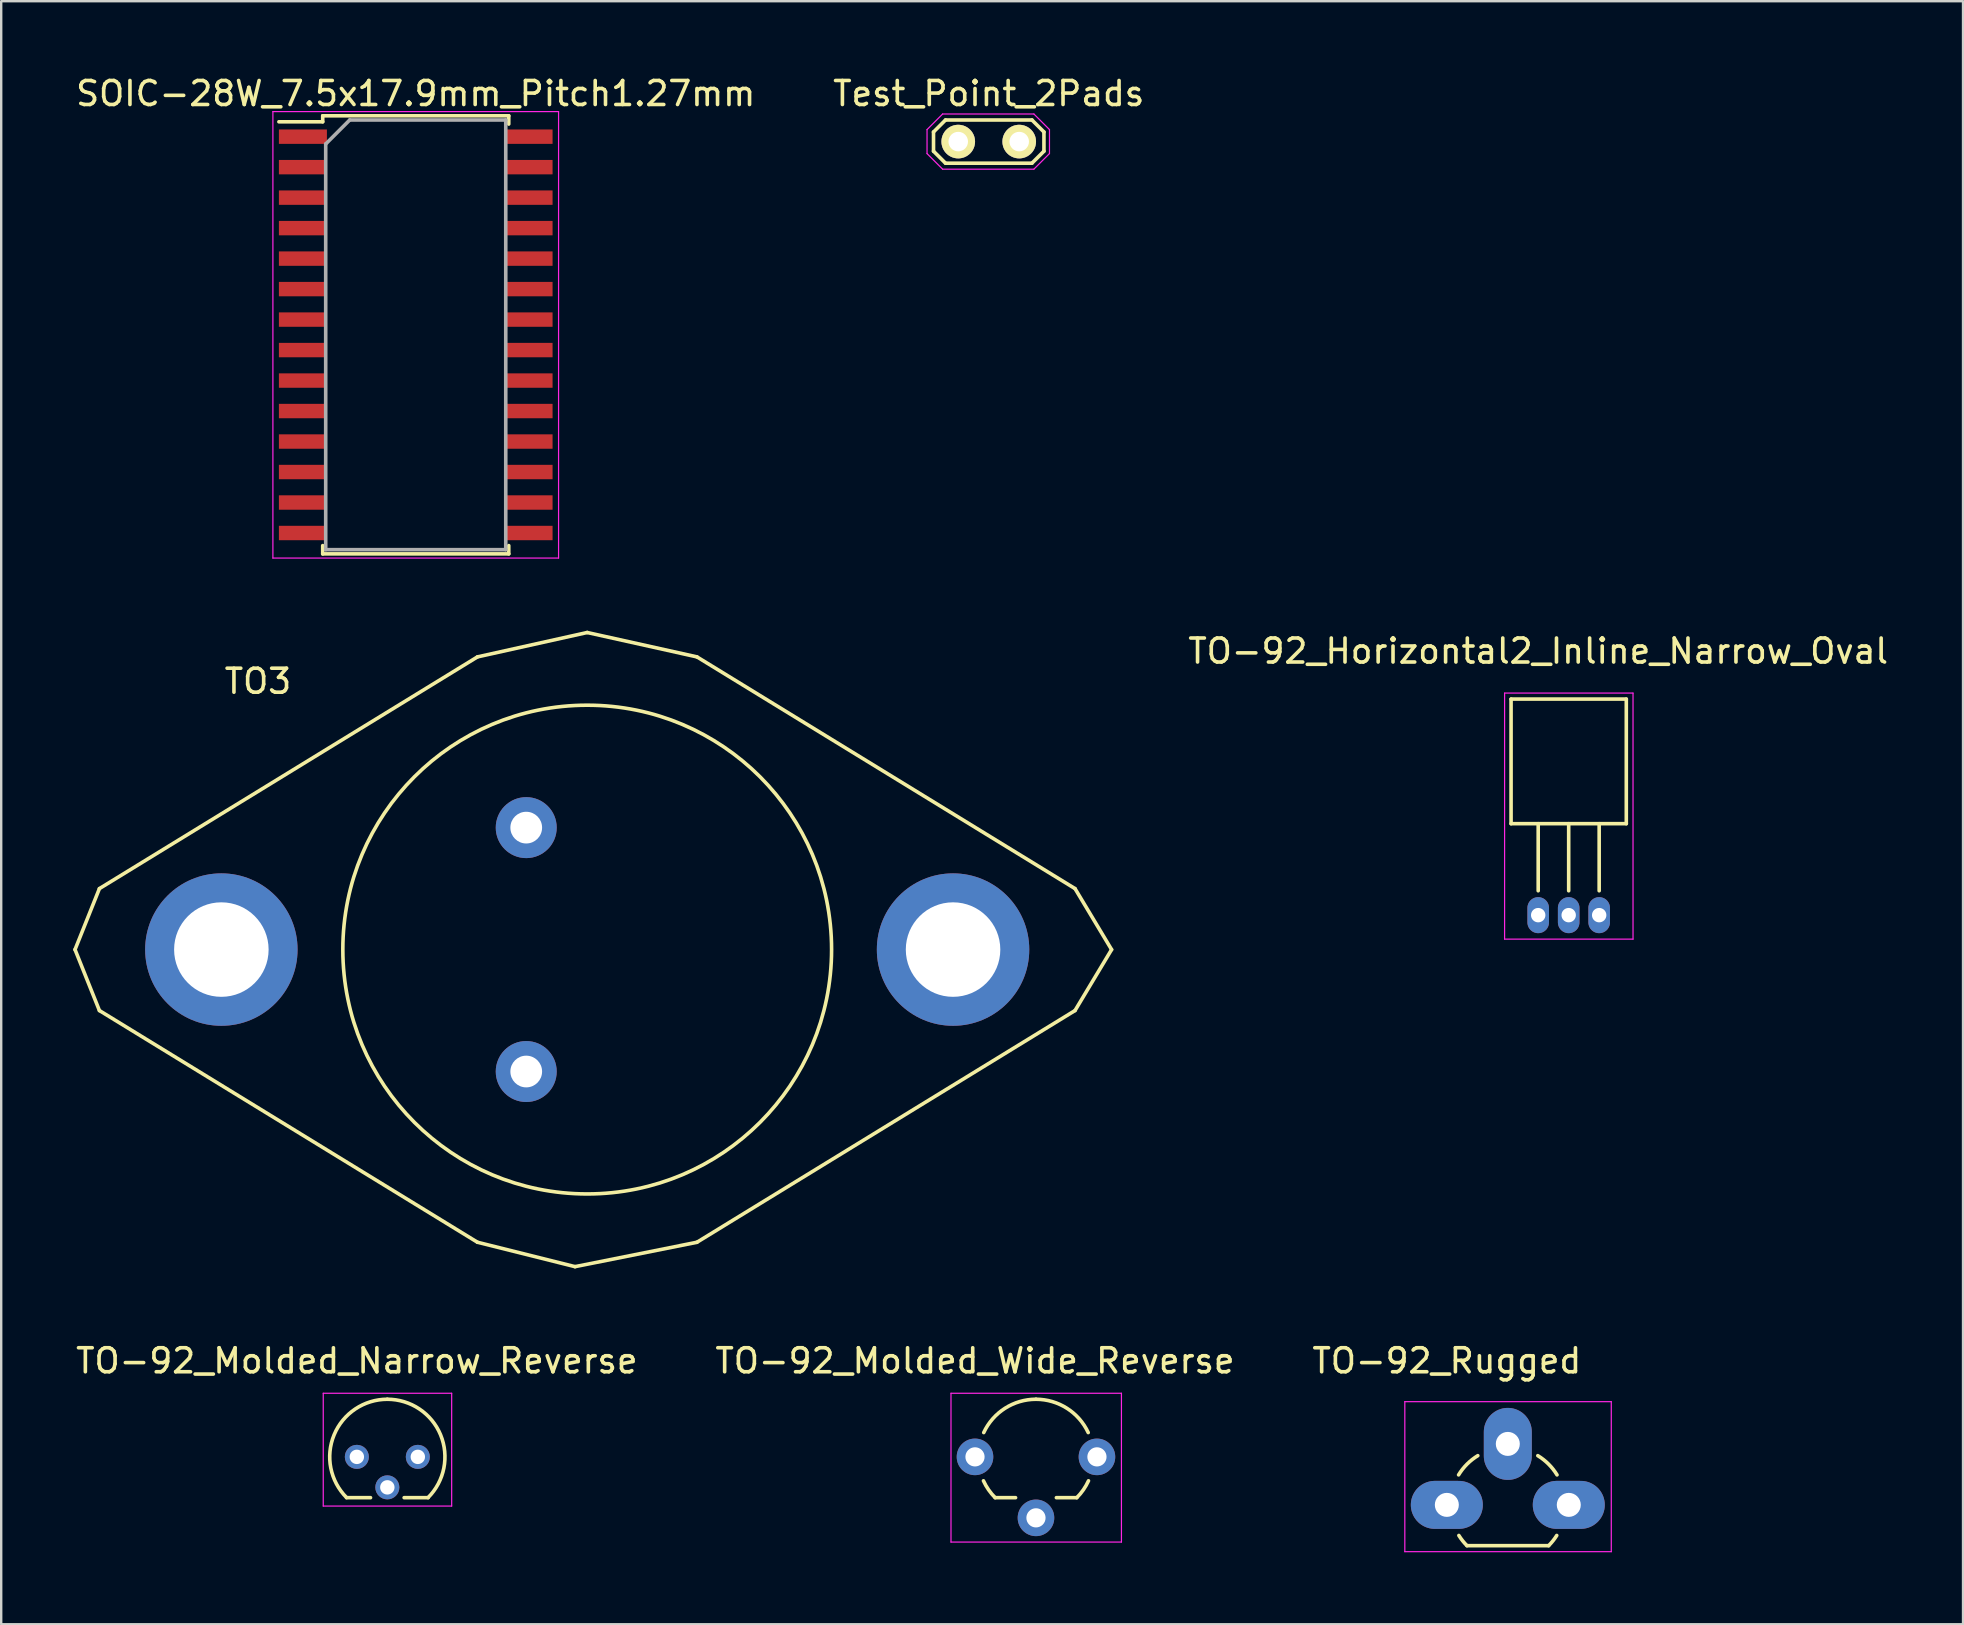
<source format=kicad_pcb>
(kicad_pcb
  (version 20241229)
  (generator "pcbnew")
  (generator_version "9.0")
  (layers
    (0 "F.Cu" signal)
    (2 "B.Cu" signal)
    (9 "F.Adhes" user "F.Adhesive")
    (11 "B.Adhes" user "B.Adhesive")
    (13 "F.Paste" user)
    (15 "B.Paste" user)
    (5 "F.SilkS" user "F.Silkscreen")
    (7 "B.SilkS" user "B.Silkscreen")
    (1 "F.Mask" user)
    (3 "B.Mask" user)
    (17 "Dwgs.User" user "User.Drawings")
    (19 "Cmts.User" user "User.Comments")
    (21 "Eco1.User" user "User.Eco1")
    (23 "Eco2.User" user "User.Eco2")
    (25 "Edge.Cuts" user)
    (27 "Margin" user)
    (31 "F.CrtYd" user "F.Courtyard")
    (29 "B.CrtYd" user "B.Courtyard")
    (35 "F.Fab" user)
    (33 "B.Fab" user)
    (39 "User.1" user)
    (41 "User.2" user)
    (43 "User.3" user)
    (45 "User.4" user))
  (footprint "TO-92_Molded_Narrow_Reverse"
    (layer "F.Cu")
    (at 11.815 57.638)
    (property "Reference" "TO-92_Molded_Narrow_Reverse" (at 0 -4 180) (layer "F.SilkS") (effects (font (size 1 1) (thickness 0.15))))
    (attr through_hole)
    (fp_line (start -0.43 1.7) (end 0.57 1.7) (stroke (width 0.15) (type solid)) (layer "F.SilkS"))
    (fp_line (start 1.97 1.7) (end 2.97 1.7) (stroke (width 0.15) (type solid)) (layer "F.SilkS"))
    (fp_arc (start -0.427056 1.697056) (mid -0.947311 -0.91844) (end 1.27 -2.4) (stroke (width 0.15) (type solid)) (layer "F.SilkS"))
    (fp_arc (start 1.27 -2.4) (mid 3.487311 -0.91844) (end 2.967056 1.697056) (stroke (width 0.15) (type solid)) (layer "F.SilkS"))
    (fp_line (start -1.4 -2.65) (end 3.95 -2.65) (stroke (width 0.05) (type solid)) (layer "F.CrtYd"))
    (fp_line (start -1.4 2.05) (end -1.4 -2.65) (stroke (width 0.05) (type solid)) (layer "F.CrtYd"))
    (fp_line (start -1.4 2.05) (end 3.95 2.05) (stroke (width 0.05) (type solid)) (layer "F.CrtYd"))
    (fp_line (start 3.95 2.05) (end 3.95 -2.65) (stroke (width 0.05) (type solid)) (layer "F.CrtYd"))
    (pad "1" thru_hole circle (at 0 0 90) (size 1.001 1.001) (drill 0.6) (layers "*.Cu" "*.Mask"))
    (pad "2" thru_hole circle (at 1.27 1.27 90) (size 1.001 1.001) (drill 0.6) (layers "*.Cu" "*.Mask"))
    (pad "3" thru_hole circle (at 2.54 0 90) (size 1.001 1.001) (drill 0.6) (layers "*.Cu" "*.Mask")))
  (footprint "Test_Point_2Pads"
    (layer "F.Cu")
    (at 36.867 2.848)
    (property "Reference" "Test_Point_2Pads" (at 1.27 -2 0) (layer "F.SilkS") (effects (font (size 1 1) (thickness 0.15))))
    (attr exclude_from_pos_files exclude_from_bom)
    (fp_line (start -1.03 -0.4) (end -0.53 -0.9) (stroke (width 0.15) (type solid)) (layer "F.SilkS"))
    (fp_line (start -1.03 0.4) (end -1.03 -0.4) (stroke (width 0.15) (type solid)) (layer "F.SilkS"))
    (fp_line (start -0.53 -0.9) (end 3.07 -0.9) (stroke (width 0.15) (type solid)) (layer "F.SilkS"))
    (fp_line (start -0.53 0.9) (end -1.03 0.4) (stroke (width 0.15) (type solid)) (layer "F.SilkS"))
    (fp_line (start 3.07 -0.9) (end 3.57 -0.4) (stroke (width 0.15) (type solid)) (layer "F.SilkS"))
    (fp_line (start 3.07 0.9) (end -0.53 0.9) (stroke (width 0.15) (type solid)) (layer "F.SilkS"))
    (fp_line (start 3.57 -0.4) (end 3.57 0.4) (stroke (width 0.15) (type solid)) (layer "F.SilkS"))
    (fp_line (start 3.57 0.4) (end 3.07 0.9) (stroke (width 0.15) (type solid)) (layer "F.SilkS"))
    (fp_line (start -1.3 -0.5) (end -1.3 0.5) (stroke (width 0.05) (type solid)) (layer "F.CrtYd"))
    (fp_line (start -1.3 0.5) (end -0.65 1.15) (stroke (width 0.05) (type solid)) (layer "F.CrtYd"))
    (fp_line (start -0.65 -1.15) (end -1.3 -0.5) (stroke (width 0.05) (type solid)) (layer "F.CrtYd"))
    (fp_line (start -0.65 1.15) (end 3.15 1.15) (stroke (width 0.05) (type solid)) (layer "F.CrtYd"))
    (fp_line (start 3.15 -1.15) (end -0.65 -1.15) (stroke (width 0.05) (type solid)) (layer "F.CrtYd"))
    (fp_line (start 3.15 1.15) (end 3.8 0.5) (stroke (width 0.05) (type solid)) (layer "F.CrtYd"))
    (fp_line (start 3.8 -0.5) (end 3.15 -1.15) (stroke (width 0.05) (type solid)) (layer "F.CrtYd"))
    (fp_line (start 3.8 0.5) (end 3.8 -0.5) (stroke (width 0.05) (type solid)) (layer "F.CrtYd"))
    (pad "1" thru_hole circle (at 0 0) (size 1.4 1.4) (drill 0.813) (layers "*.Cu" "*.Mask" "F.SilkS"))
    (pad "2" thru_hole circle (at 2.54 0) (size 1.4 1.4) (drill 0.813) (layers "*.Cu" "*.Mask" "F.SilkS")))
  (footprint "TO-92_Molded_Wide_Reverse"
    (layer "F.Cu")
    (at 37.565 57.638)
    (property "Reference" "TO-92_Molded_Wide_Reverse" (at 0 -4 0) (layer "F.SilkS") (effects (font (size 1 1) (thickness 0.15))))
    (attr through_hole)
    (fp_line (start 0.84 1.7) (end 1.69 1.7) (stroke (width 0.15) (type solid)) (layer "F.SilkS"))
    (fp_line (start 3.39 1.7) (end 4.24 1.7) (stroke (width 0.15) (type solid)) (layer "F.SilkS"))
    (fp_arc (start 0.363869 -1.012153) (mid 1.24949 -2.023508) (end 2.54 -2.4) (stroke (width 0.15) (type solid)) (layer "F.SilkS"))
    (fp_arc (start 0.84 1.7) (mid 0.564627 1.370365) (end 0.352305 0.99699) (stroke (width 0.15) (type solid)) (layer "F.SilkS"))
    (fp_arc (start 2.54 -2.4) (mid 3.83051 -2.023508) (end 4.716131 -1.012153) (stroke (width 0.15) (type solid)) (layer "F.SilkS"))
    (fp_arc (start 4.727695 0.99699) (mid 4.515373 1.370365) (end 4.24 1.7) (stroke (width 0.15) (type solid)) (layer "F.SilkS"))
    (fp_line (start -1 -2.65) (end 6.1 -2.65) (stroke (width 0.05) (type solid)) (layer "F.CrtYd"))
    (fp_line (start -1 3.55) (end -1 -2.65) (stroke (width 0.05) (type solid)) (layer "F.CrtYd"))
    (fp_line (start -1 3.55) (end 6.1 3.55) (stroke (width 0.05) (type solid)) (layer "F.CrtYd"))
    (fp_line (start 6.1 3.55) (end 6.1 -2.65) (stroke (width 0.05) (type solid)) (layer "F.CrtYd"))
    (pad "1" thru_hole circle (at 0 0 90) (size 1.524 1.524) (drill 0.8) (layers "*.Cu" "*.Mask"))
    (pad "2" thru_hole circle (at 2.54 2.54 90) (size 1.524 1.524) (drill 0.8) (layers "*.Cu" "*.Mask"))
    (pad "3" thru_hole circle (at 5.08 0 90) (size 1.524 1.524) (drill 0.8) (layers "*.Cu" "*.Mask")))
  (footprint "TO3"
    (layer "F.Cu")
    (at 18.871 31.426)
    (property "Reference" "TO3" (at -11.176 -6.096 0) (layer "F.SilkS") (effects (font (size 1 1) (thickness 0.15))))
    (attr through_hole)
    (fp_line (start -18.796 5.08) (end -17.78 7.62) (stroke (width 0.15) (type solid)) (layer "F.SilkS"))
    (fp_line (start -17.78 2.54) (end -18.796 5.08) (stroke (width 0.15) (type solid)) (layer "F.SilkS"))
    (fp_line (start -2.032 -7.112) (end -17.78 2.54) (stroke (width 0.15) (type solid)) (layer "F.SilkS"))
    (fp_line (start -2.032 -7.112) (end 2.54 -8.128) (stroke (width 0.15) (type solid)) (layer "F.SilkS"))
    (fp_line (start -2.032 17.272) (end -17.78 7.62) (stroke (width 0.15) (type solid)) (layer "F.SilkS"))
    (fp_line (start 2.032 18.288) (end -2.032 17.272) (stroke (width 0.15) (type solid)) (layer "F.SilkS"))
    (fp_line (start 2.54 -8.128) (end 7.112 -7.112) (stroke (width 0.15) (type solid)) (layer "F.SilkS"))
    (fp_line (start 7.112 -7.112) (end 22.86 2.54) (stroke (width 0.15) (type solid)) (layer "F.SilkS"))
    (fp_line (start 7.112 17.272) (end 2.032 18.288) (stroke (width 0.15) (type solid)) (layer "F.SilkS"))
    (fp_line (start 7.112 17.272) (end 22.86 7.62) (stroke (width 0.15) (type solid)) (layer "F.SilkS"))
    (fp_line (start 22.86 2.54) (end 24.384 5.08) (stroke (width 0.15) (type solid)) (layer "F.SilkS"))
    (fp_line (start 24.384 5.08) (end 22.86 7.62) (stroke (width 0.15) (type solid)) (layer "F.SilkS"))
    (fp_circle (center 2.54 5.08) (end 12.7 5.715) (stroke (width 0.15) (type solid)) (fill no) (layer "F.SilkS"))
    (pad "1" thru_hole circle (at 0 0) (size 2.54 2.54) (drill 1.321) (layers "*.Cu" "*.Mask"))
    (pad "2" thru_hole circle (at 0 10.16) (size 2.54 2.54) (drill 1.321) (layers "*.Cu" "*.Mask"))
    (pad "3" thru_hole circle (at -12.7 5.08) (size 6.35 6.35) (drill 3.937) (layers "*.Cu" "*.Mask"))
    (pad "3" thru_hole circle (at 17.78 5.08) (size 6.35 6.35) (drill 3.937) (layers "*.Cu" "*.Mask")))
  (footprint "TO-92_Horizontal2_Inline_Narrow_Oval"
    (layer "F.Cu")
    (at 61.026 35.072)
    (property "Reference" "TO-92_Horizontal2_Inline_Narrow_Oval" (at 0 -11 180) (layer "F.SilkS") (effects (font (size 1 1) (thickness 0.15))))
    (attr through_hole)
    (fp_line (start -1.13 -9) (end 3.67 -9) (stroke (width 0.15) (type solid)) (layer "F.SilkS"))
    (fp_line (start -1.13 -3.81) (end -1.13 -9) (stroke (width 0.15) (type solid)) (layer "F.SilkS"))
    (fp_line (start 0 -1.016) (end 0 -3.81) (stroke (width 0.15) (type solid)) (layer "F.SilkS"))
    (fp_line (start 1.27 -1.016) (end 1.27 -3.81) (stroke (width 0.15) (type solid)) (layer "F.SilkS"))
    (fp_line (start 2.54 -1.016) (end 2.54 -3.81) (stroke (width 0.15) (type solid)) (layer "F.SilkS"))
    (fp_line (start 3.67 -9) (end 3.67 -3.81) (stroke (width 0.15) (type solid)) (layer "F.SilkS"))
    (fp_line (start 3.67 -3.81) (end -1.13 -3.81) (stroke (width 0.15) (type solid)) (layer "F.SilkS"))
    (fp_line (start -1.4 -9.25) (end -1.4 1) (stroke (width 0.05) (type solid)) (layer "F.CrtYd"))
    (fp_line (start 3.95 -9.25) (end -1.4 -9.25) (stroke (width 0.05) (type solid)) (layer "F.CrtYd"))
    (fp_line (start 3.95 -9.25) (end 3.95 1) (stroke (width 0.05) (type solid)) (layer "F.CrtYd"))
    (fp_line (start 3.95 1) (end -1.4 1) (stroke (width 0.05) (type solid)) (layer "F.CrtYd"))
    (pad "1" thru_hole oval (at 0 0) (size 0.899 1.501) (drill 0.6) (layers "*.Cu" "*.Mask"))
    (pad "2" thru_hole oval (at 1.27 0) (size 0.899 1.501) (drill 0.6) (layers "*.Cu" "*.Mask"))
    (pad "3" thru_hole oval (at 2.54 0) (size 0.899 1.501) (drill 0.6) (layers "*.Cu" "*.Mask")))
  (footprint "TO-92_Rugged"
    (layer "F.Cu")
    (at 57.22 59.638)
    (property "Reference" "TO-92_Rugged" (at 0 -6 0) (layer "F.SilkS") (effects (font (size 1 1) (thickness 0.15))))
    (attr through_hole)
    (fp_line (start 0.84 1.7) (end 4.24 1.7) (stroke (width 0.15) (type solid)) (layer "F.SilkS"))
    (fp_arc (start 0.49 -1.25) (mid 0.842207 -1.697793) (end 1.29 -2.05) (stroke (width 0.15) (type solid)) (layer "F.SilkS"))
    (fp_arc (start 0.84 1.7) (mid 0.658552 1.496715) (end 0.501273 1.274203) (stroke (width 0.15) (type solid)) (layer "F.SilkS"))
    (fp_arc (start 3.79 -2.05) (mid 4.237793 -1.697793) (end 4.59 -1.25) (stroke (width 0.15) (type solid)) (layer "F.SilkS"))
    (fp_arc (start 4.578727 1.274203) (mid 4.421448 1.496715) (end 4.24 1.7) (stroke (width 0.15) (type solid)) (layer "F.SilkS"))
    (fp_line (start -1.75 -4.3) (end 6.85 -4.3) (stroke (width 0.05) (type solid)) (layer "F.CrtYd"))
    (fp_line (start -1.75 1.95) (end -1.75 -4.3) (stroke (width 0.05) (type solid)) (layer "F.CrtYd"))
    (fp_line (start -1.75 1.95) (end 6.85 1.95) (stroke (width 0.05) (type solid)) (layer "F.CrtYd"))
    (fp_line (start 6.85 1.95) (end 6.85 -4.3) (stroke (width 0.05) (type solid)) (layer "F.CrtYd"))
    (pad "1" thru_hole oval (at 0 0 90) (size 1.999 3) (drill 1) (layers "*.Cu" "*.Mask"))
    (pad "2" thru_hole oval (at 2.54 -2.54 90) (size 3 1.999) (drill 1) (layers "*.Cu" "*.Mask"))
    (pad "3" thru_hole oval (at 5.08 0 90) (size 1.999 3) (drill 1) (layers "*.Cu" "*.Mask")))
  (footprint "SOIC-28W_7.5x17.9mm_Pitch1.27mm"
    (layer "F.Cu")
    (at 14.268 10.898)
    (property "Reference" "SOIC-28W_7.5x17.9mm_Pitch1.27mm" (at 0 -10.05 0) (layer "F.SilkS") (effects (font (size 1 1) (thickness 0.15))))
    (attr smd)
    (fp_line (start -3.875 -9.125) (end -3.875 -8.875) (stroke (width 0.15) (type solid)) (layer "F.SilkS"))
    (fp_line (start -3.875 -9.125) (end 3.875 -9.125) (stroke (width 0.15) (type solid)) (layer "F.SilkS"))
    (fp_line (start -3.875 -8.875) (end -5.7 -8.875) (stroke (width 0.15) (type solid)) (layer "F.SilkS"))
    (fp_line (start -3.875 9.125) (end -3.875 8.78) (stroke (width 0.15) (type solid)) (layer "F.SilkS"))
    (fp_line (start -3.875 9.125) (end 3.875 9.125) (stroke (width 0.15) (type solid)) (layer "F.SilkS"))
    (fp_line (start 3.875 -9.125) (end 3.875 -8.78) (stroke (width 0.15) (type solid)) (layer "F.SilkS"))
    (fp_line (start 3.875 9.125) (end 3.875 8.78) (stroke (width 0.15) (type solid)) (layer "F.SilkS"))
    (fp_line (start -5.95 -9.3) (end -5.95 9.3) (stroke (width 0.05) (type solid)) (layer "F.CrtYd"))
    (fp_line (start -5.95 -9.3) (end 5.95 -9.3) (stroke (width 0.05) (type solid)) (layer "F.CrtYd"))
    (fp_line (start -5.95 9.3) (end 5.95 9.3) (stroke (width 0.05) (type solid)) (layer "F.CrtYd"))
    (fp_line (start 5.95 -9.3) (end 5.95 9.3) (stroke (width 0.05) (type solid)) (layer "F.CrtYd"))
    (fp_line (start -3.75 -7.95) (end -2.75 -8.95) (stroke (width 0.15) (type solid)) (layer "F.Fab"))
    (fp_line (start -3.75 8.95) (end -3.75 -7.95) (stroke (width 0.15) (type solid)) (layer "F.Fab"))
    (fp_line (start -2.75 -8.95) (end 3.75 -8.95) (stroke (width 0.15) (type solid)) (layer "F.Fab"))
    (fp_line (start 3.75 -8.95) (end 3.75 8.95) (stroke (width 0.15) (type solid)) (layer "F.Fab"))
    (fp_line (start 3.75 8.95) (end -3.75 8.95) (stroke (width 0.15) (type solid)) (layer "F.Fab"))
    (pad "1" smd rect (at -4.7 -8.255) (size 2 0.6) (layers "F.Cu" "F.Mask" "F.Paste"))
    (pad "2" smd rect (at -4.7 -6.985) (size 2 0.6) (layers "F.Cu" "F.Mask" "F.Paste"))
    (pad "3" smd rect (at -4.7 -5.715) (size 2 0.6) (layers "F.Cu" "F.Mask" "F.Paste"))
    (pad "4" smd rect (at -4.7 -4.445) (size 2 0.6) (layers "F.Cu" "F.Mask" "F.Paste"))
    (pad "5" smd rect (at -4.7 -3.175) (size 2 0.6) (layers "F.Cu" "F.Mask" "F.Paste"))
    (pad "6" smd rect (at -4.7 -1.905) (size 2 0.6) (layers "F.Cu" "F.Mask" "F.Paste"))
    (pad "7" smd rect (at -4.7 -0.635) (size 2 0.6) (layers "F.Cu" "F.Mask" "F.Paste"))
    (pad "8" smd rect (at -4.7 0.635) (size 2 0.6) (layers "F.Cu" "F.Mask" "F.Paste"))
    (pad "9" smd rect (at -4.7 1.905) (size 2 0.6) (layers "F.Cu" "F.Mask" "F.Paste"))
    (pad "10" smd rect (at -4.7 3.175) (size 2 0.6) (layers "F.Cu" "F.Mask" "F.Paste"))
    (pad "11" smd rect (at -4.7 4.445) (size 2 0.6) (layers "F.Cu" "F.Mask" "F.Paste"))
    (pad "12" smd rect (at -4.7 5.715) (size 2 0.6) (layers "F.Cu" "F.Mask" "F.Paste"))
    (pad "13" smd rect (at -4.7 6.985) (size 2 0.6) (layers "F.Cu" "F.Mask" "F.Paste"))
    (pad "14" smd rect (at -4.7 8.255) (size 2 0.6) (layers "F.Cu" "F.Mask" "F.Paste"))
    (pad "15" smd rect (at 4.7 8.255) (size 2 0.6) (layers "F.Cu" "F.Mask" "F.Paste"))
    (pad "16" smd rect (at 4.7 6.985) (size 2 0.6) (layers "F.Cu" "F.Mask" "F.Paste"))
    (pad "17" smd rect (at 4.7 5.715) (size 2 0.6) (layers "F.Cu" "F.Mask" "F.Paste"))
    (pad "18" smd rect (at 4.7 4.445) (size 2 0.6) (layers "F.Cu" "F.Mask" "F.Paste"))
    (pad "19" smd rect (at 4.7 3.175) (size 2 0.6) (layers "F.Cu" "F.Mask" "F.Paste"))
    (pad "20" smd rect (at 4.7 1.905) (size 2 0.6) (layers "F.Cu" "F.Mask" "F.Paste"))
    (pad "21" smd rect (at 4.7 0.635) (size 2 0.6) (layers "F.Cu" "F.Mask" "F.Paste"))
    (pad "22" smd rect (at 4.7 -0.635) (size 2 0.6) (layers "F.Cu" "F.Mask" "F.Paste"))
    (pad "23" smd rect (at 4.7 -1.905) (size 2 0.6) (layers "F.Cu" "F.Mask" "F.Paste"))
    (pad "24" smd rect (at 4.7 -3.175) (size 2 0.6) (layers "F.Cu" "F.Mask" "F.Paste"))
    (pad "25" smd rect (at 4.7 -4.445) (size 2 0.6) (layers "F.Cu" "F.Mask" "F.Paste"))
    (pad "26" smd rect (at 4.7 -5.715) (size 2 0.6) (layers "F.Cu" "F.Mask" "F.Paste"))
    (pad "27" smd rect (at 4.7 -6.985) (size 2 0.6) (layers "F.Cu" "F.Mask" "F.Paste"))
    (pad "28" smd rect (at 4.7 -8.255) (size 2 0.6) (layers "F.Cu" "F.Mask" "F.Paste")))
  (gr_rect
    (start -3 -3)
    (end 78.723 64.612)
    (stroke (width 0.1) (type default))
    (fill no)
    (layer "Edge.Cuts")))
</source>
